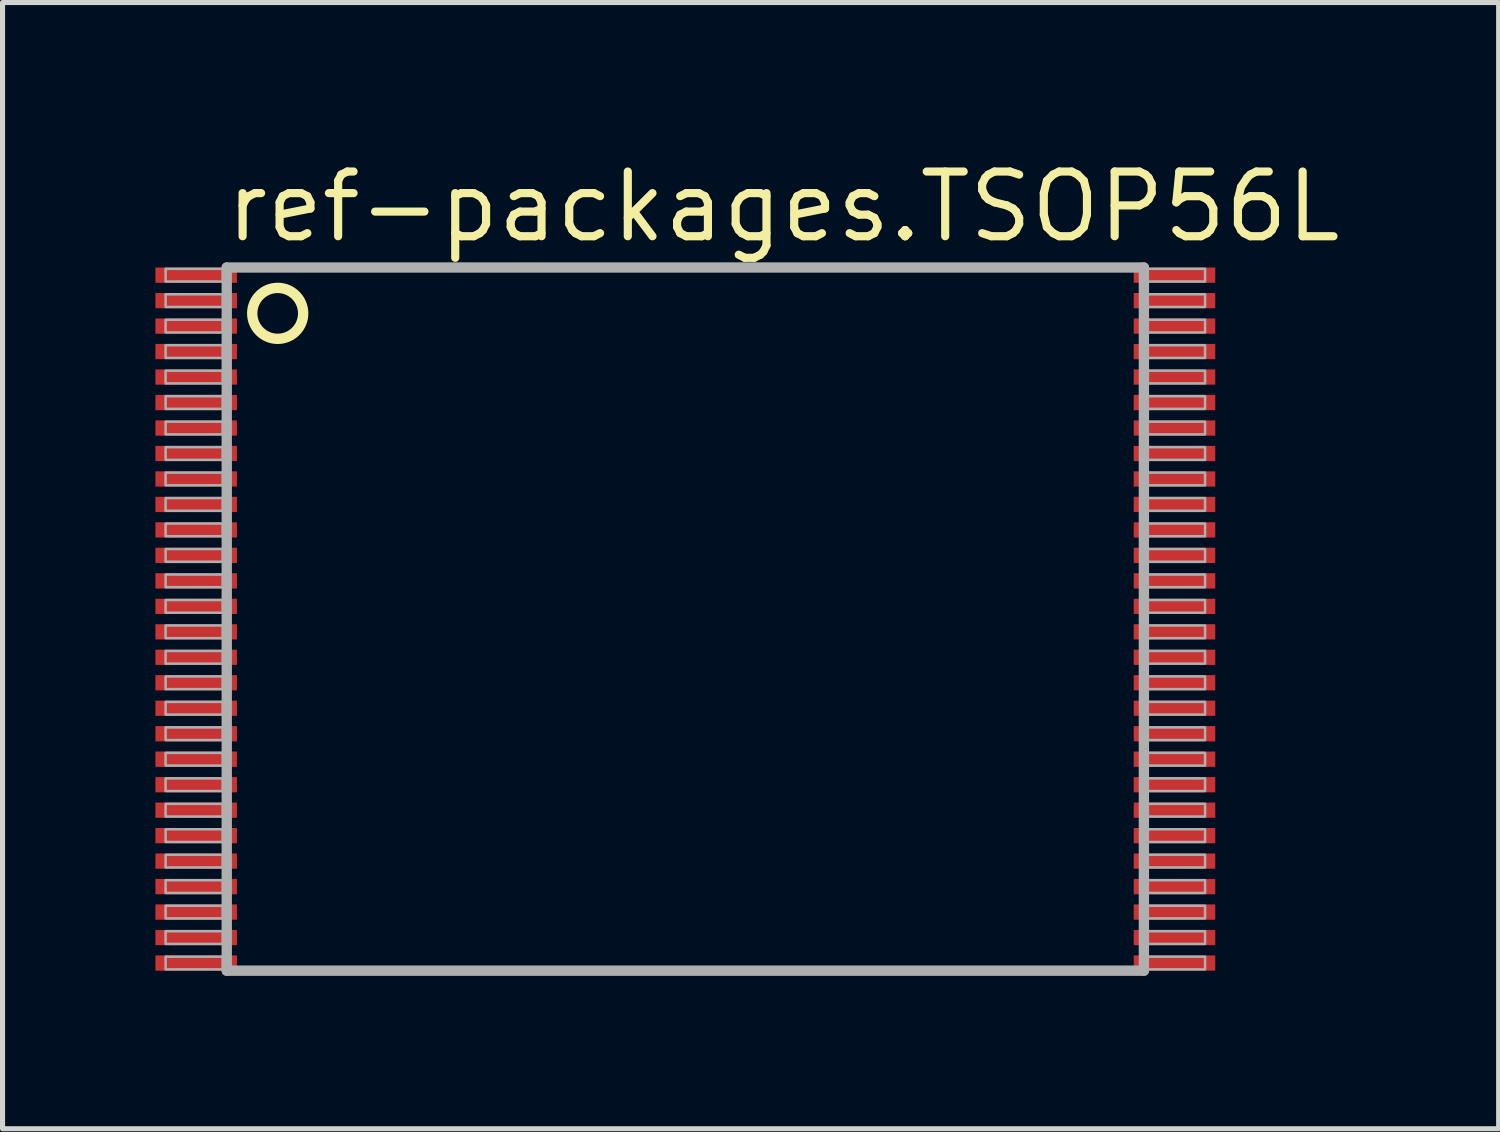
<source format=kicad_pcb>
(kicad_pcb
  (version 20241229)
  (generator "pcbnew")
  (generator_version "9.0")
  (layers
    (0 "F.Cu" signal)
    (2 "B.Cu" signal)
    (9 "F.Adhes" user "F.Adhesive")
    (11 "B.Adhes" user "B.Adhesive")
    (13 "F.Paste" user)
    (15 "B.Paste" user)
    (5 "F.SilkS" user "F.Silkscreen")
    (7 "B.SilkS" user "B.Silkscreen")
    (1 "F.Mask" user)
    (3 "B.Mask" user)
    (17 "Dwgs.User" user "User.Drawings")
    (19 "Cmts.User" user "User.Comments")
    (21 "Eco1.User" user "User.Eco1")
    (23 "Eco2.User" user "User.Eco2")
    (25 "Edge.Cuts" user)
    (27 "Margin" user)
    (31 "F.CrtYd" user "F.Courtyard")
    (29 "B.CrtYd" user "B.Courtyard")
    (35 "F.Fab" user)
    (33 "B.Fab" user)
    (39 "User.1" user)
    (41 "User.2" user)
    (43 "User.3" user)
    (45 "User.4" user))
  (footprint "ref-packages.TSOP56L"
    (layer "F.Cu")
    (at 10.4 9.1)
    (property "Reference" "ref-packages.TSOP56L" (at -9.096 -7.35 0) (layer "F.SilkS") (effects (font (size 1.27 1.27) (thickness 0.16)) (justify left bottom)))
    (attr smd)
    (fp_circle (center -8 -6) (end -7.5 -6) (stroke (width 0.203) (type default)) (fill no) (layer "F.SilkS"))
    (fp_line (start -9 -6.9) (end -9 6.9) (stroke (width 0.203) (type default)) (layer "F.Fab"))
    (fp_line (start -9 6.9) (end 9 6.9) (stroke (width 0.203) (type default)) (layer "F.Fab"))
    (fp_line (start 9 -6.9) (end -9 -6.9) (stroke (width 0.203) (type default)) (layer "F.Fab"))
    (fp_line (start 9 6.9) (end 9 -6.9) (stroke (width 0.203) (type default)) (layer "F.Fab"))
    (fp_rect (start -10.2 -6.625) (end -9.075 -6.875) (stroke (width 0.05) (type default)) (fill no) (layer "F.Fab"))
    (fp_rect (start -10.2 -6.125) (end -9.075 -6.375) (stroke (width 0.05) (type default)) (fill no) (layer "F.Fab"))
    (fp_rect (start -10.2 -5.625) (end -9.075 -5.875) (stroke (width 0.05) (type default)) (fill no) (layer "F.Fab"))
    (fp_rect (start -10.2 -5.125) (end -9.075 -5.375) (stroke (width 0.05) (type default)) (fill no) (layer "F.Fab"))
    (fp_rect (start -10.2 -4.625) (end -9.075 -4.875) (stroke (width 0.05) (type default)) (fill no) (layer "F.Fab"))
    (fp_rect (start -10.2 -4.125) (end -9.075 -4.375) (stroke (width 0.05) (type default)) (fill no) (layer "F.Fab"))
    (fp_rect (start -10.2 -3.625) (end -9.075 -3.875) (stroke (width 0.05) (type default)) (fill no) (layer "F.Fab"))
    (fp_rect (start -10.2 -3.125) (end -9.075 -3.375) (stroke (width 0.05) (type default)) (fill no) (layer "F.Fab"))
    (fp_rect (start -10.2 -2.625) (end -9.075 -2.875) (stroke (width 0.05) (type default)) (fill no) (layer "F.Fab"))
    (fp_rect (start -10.2 -2.125) (end -9.075 -2.375) (stroke (width 0.05) (type default)) (fill no) (layer "F.Fab"))
    (fp_rect (start -10.2 -1.625) (end -9.075 -1.875) (stroke (width 0.05) (type default)) (fill no) (layer "F.Fab"))
    (fp_rect (start -10.2 -1.125) (end -9.075 -1.375) (stroke (width 0.05) (type default)) (fill no) (layer "F.Fab"))
    (fp_rect (start -10.2 -0.625) (end -9.075 -0.875) (stroke (width 0.05) (type default)) (fill no) (layer "F.Fab"))
    (fp_rect (start -10.2 -0.125) (end -9.075 -0.375) (stroke (width 0.05) (type default)) (fill no) (layer "F.Fab"))
    (fp_rect (start -10.2 0.375) (end -9.075 0.125) (stroke (width 0.05) (type default)) (fill no) (layer "F.Fab"))
    (fp_rect (start -10.2 0.875) (end -9.075 0.625) (stroke (width 0.05) (type default)) (fill no) (layer "F.Fab"))
    (fp_rect (start -10.2 1.375) (end -9.075 1.125) (stroke (width 0.05) (type default)) (fill no) (layer "F.Fab"))
    (fp_rect (start -10.2 1.875) (end -9.075 1.625) (stroke (width 0.05) (type default)) (fill no) (layer "F.Fab"))
    (fp_rect (start -10.2 2.375) (end -9.075 2.125) (stroke (width 0.05) (type default)) (fill no) (layer "F.Fab"))
    (fp_rect (start -10.2 2.875) (end -9.075 2.625) (stroke (width 0.05) (type default)) (fill no) (layer "F.Fab"))
    (fp_rect (start -10.2 3.375) (end -9.075 3.125) (stroke (width 0.05) (type default)) (fill no) (layer "F.Fab"))
    (fp_rect (start -10.2 3.875) (end -9.075 3.625) (stroke (width 0.05) (type default)) (fill no) (layer "F.Fab"))
    (fp_rect (start -10.2 4.375) (end -9.075 4.125) (stroke (width 0.05) (type default)) (fill no) (layer "F.Fab"))
    (fp_rect (start -10.2 4.875) (end -9.075 4.625) (stroke (width 0.05) (type default)) (fill no) (layer "F.Fab"))
    (fp_rect (start -10.2 5.375) (end -9.075 5.125) (stroke (width 0.05) (type default)) (fill no) (layer "F.Fab"))
    (fp_rect (start -10.2 5.875) (end -9.075 5.625) (stroke (width 0.05) (type default)) (fill no) (layer "F.Fab"))
    (fp_rect (start -10.2 6.375) (end -9.075 6.125) (stroke (width 0.05) (type default)) (fill no) (layer "F.Fab"))
    (fp_rect (start -10.2 6.875) (end -9.075 6.625) (stroke (width 0.05) (type default)) (fill no) (layer "F.Fab"))
    (fp_rect (start 9.075 -6.625) (end 10.2 -6.875) (stroke (width 0.05) (type default)) (fill no) (layer "F.Fab"))
    (fp_rect (start 9.075 -6.125) (end 10.2 -6.375) (stroke (width 0.05) (type default)) (fill no) (layer "F.Fab"))
    (fp_rect (start 9.075 -5.625) (end 10.2 -5.875) (stroke (width 0.05) (type default)) (fill no) (layer "F.Fab"))
    (fp_rect (start 9.075 -5.125) (end 10.2 -5.375) (stroke (width 0.05) (type default)) (fill no) (layer "F.Fab"))
    (fp_rect (start 9.075 -4.625) (end 10.2 -4.875) (stroke (width 0.05) (type default)) (fill no) (layer "F.Fab"))
    (fp_rect (start 9.075 -4.125) (end 10.2 -4.375) (stroke (width 0.05) (type default)) (fill no) (layer "F.Fab"))
    (fp_rect (start 9.075 -3.625) (end 10.2 -3.875) (stroke (width 0.05) (type default)) (fill no) (layer "F.Fab"))
    (fp_rect (start 9.075 -3.125) (end 10.2 -3.375) (stroke (width 0.05) (type default)) (fill no) (layer "F.Fab"))
    (fp_rect (start 9.075 -2.625) (end 10.2 -2.875) (stroke (width 0.05) (type default)) (fill no) (layer "F.Fab"))
    (fp_rect (start 9.075 -2.125) (end 10.2 -2.375) (stroke (width 0.05) (type default)) (fill no) (layer "F.Fab"))
    (fp_rect (start 9.075 -1.625) (end 10.2 -1.875) (stroke (width 0.05) (type default)) (fill no) (layer "F.Fab"))
    (fp_rect (start 9.075 -1.125) (end 10.2 -1.375) (stroke (width 0.05) (type default)) (fill no) (layer "F.Fab"))
    (fp_rect (start 9.075 -0.625) (end 10.2 -0.875) (stroke (width 0.05) (type default)) (fill no) (layer "F.Fab"))
    (fp_rect (start 9.075 -0.125) (end 10.2 -0.375) (stroke (width 0.05) (type default)) (fill no) (layer "F.Fab"))
    (fp_rect (start 9.075 0.375) (end 10.2 0.125) (stroke (width 0.05) (type default)) (fill no) (layer "F.Fab"))
    (fp_rect (start 9.075 0.875) (end 10.2 0.625) (stroke (width 0.05) (type default)) (fill no) (layer "F.Fab"))
    (fp_rect (start 9.075 1.375) (end 10.2 1.125) (stroke (width 0.05) (type default)) (fill no) (layer "F.Fab"))
    (fp_rect (start 9.075 1.875) (end 10.2 1.625) (stroke (width 0.05) (type default)) (fill no) (layer "F.Fab"))
    (fp_rect (start 9.075 2.375) (end 10.2 2.125) (stroke (width 0.05) (type default)) (fill no) (layer "F.Fab"))
    (fp_rect (start 9.075 2.875) (end 10.2 2.625) (stroke (width 0.05) (type default)) (fill no) (layer "F.Fab"))
    (fp_rect (start 9.075 3.375) (end 10.2 3.125) (stroke (width 0.05) (type default)) (fill no) (layer "F.Fab"))
    (fp_rect (start 9.075 3.875) (end 10.2 3.625) (stroke (width 0.05) (type default)) (fill no) (layer "F.Fab"))
    (fp_rect (start 9.075 4.375) (end 10.2 4.125) (stroke (width 0.05) (type default)) (fill no) (layer "F.Fab"))
    (fp_rect (start 9.075 4.875) (end 10.2 4.625) (stroke (width 0.05) (type default)) (fill no) (layer "F.Fab"))
    (fp_rect (start 9.075 5.375) (end 10.2 5.125) (stroke (width 0.05) (type default)) (fill no) (layer "F.Fab"))
    (fp_rect (start 9.075 5.875) (end 10.2 5.625) (stroke (width 0.05) (type default)) (fill no) (layer "F.Fab"))
    (fp_rect (start 9.075 6.375) (end 10.2 6.125) (stroke (width 0.05) (type default)) (fill no) (layer "F.Fab"))
    (fp_rect (start 9.075 6.875) (end 10.2 6.625) (stroke (width 0.05) (type default)) (fill no) (layer "F.Fab"))
    (pad "1" smd roundrect (at -9.6 -6.75) (size 1.6 0.3) (layers "F.Cu" "F.Mask" "F.Paste") (roundrect_rratio 0.01))
    (pad "2" smd roundrect (at -9.6 -6.25) (size 1.6 0.3) (layers "F.Cu" "F.Mask" "F.Paste") (roundrect_rratio 0.01))
    (pad "3" smd roundrect (at -9.6 -5.75) (size 1.6 0.3) (layers "F.Cu" "F.Mask" "F.Paste") (roundrect_rratio 0.01))
    (pad "4" smd roundrect (at -9.6 -5.25) (size 1.6 0.3) (layers "F.Cu" "F.Mask" "F.Paste") (roundrect_rratio 0.01))
    (pad "5" smd roundrect (at -9.6 -4.75) (size 1.6 0.3) (layers "F.Cu" "F.Mask" "F.Paste") (roundrect_rratio 0.01))
    (pad "6" smd roundrect (at -9.6 -4.25) (size 1.6 0.3) (layers "F.Cu" "F.Mask" "F.Paste") (roundrect_rratio 0.01))
    (pad "7" smd roundrect (at -9.6 -3.75) (size 1.6 0.3) (layers "F.Cu" "F.Mask" "F.Paste") (roundrect_rratio 0.01))
    (pad "8" smd roundrect (at -9.6 -3.25) (size 1.6 0.3) (layers "F.Cu" "F.Mask" "F.Paste") (roundrect_rratio 0.01))
    (pad "9" smd roundrect (at -9.6 -2.75) (size 1.6 0.3) (layers "F.Cu" "F.Mask" "F.Paste") (roundrect_rratio 0.01))
    (pad "10" smd roundrect (at -9.6 -2.25) (size 1.6 0.3) (layers "F.Cu" "F.Mask" "F.Paste") (roundrect_rratio 0.01))
    (pad "11" smd roundrect (at -9.6 -1.75) (size 1.6 0.3) (layers "F.Cu" "F.Mask" "F.Paste") (roundrect_rratio 0.01))
    (pad "12" smd roundrect (at -9.6 -1.25) (size 1.6 0.3) (layers "F.Cu" "F.Mask" "F.Paste") (roundrect_rratio 0.01))
    (pad "13" smd roundrect (at -9.6 -0.75) (size 1.6 0.3) (layers "F.Cu" "F.Mask" "F.Paste") (roundrect_rratio 0.01))
    (pad "14" smd roundrect (at -9.6 -0.25) (size 1.6 0.3) (layers "F.Cu" "F.Mask" "F.Paste") (roundrect_rratio 0.01))
    (pad "15" smd roundrect (at -9.6 0.25) (size 1.6 0.3) (layers "F.Cu" "F.Mask" "F.Paste") (roundrect_rratio 0.01))
    (pad "16" smd roundrect (at -9.6 0.75) (size 1.6 0.3) (layers "F.Cu" "F.Mask" "F.Paste") (roundrect_rratio 0.01))
    (pad "17" smd roundrect (at -9.6 1.25) (size 1.6 0.3) (layers "F.Cu" "F.Mask" "F.Paste") (roundrect_rratio 0.01))
    (pad "18" smd roundrect (at -9.6 1.75) (size 1.6 0.3) (layers "F.Cu" "F.Mask" "F.Paste") (roundrect_rratio 0.01))
    (pad "19" smd roundrect (at -9.6 2.25) (size 1.6 0.3) (layers "F.Cu" "F.Mask" "F.Paste") (roundrect_rratio 0.01))
    (pad "20" smd roundrect (at -9.6 2.75) (size 1.6 0.3) (layers "F.Cu" "F.Mask" "F.Paste") (roundrect_rratio 0.01))
    (pad "21" smd roundrect (at -9.6 3.25) (size 1.6 0.3) (layers "F.Cu" "F.Mask" "F.Paste") (roundrect_rratio 0.01))
    (pad "22" smd roundrect (at -9.6 3.75) (size 1.6 0.3) (layers "F.Cu" "F.Mask" "F.Paste") (roundrect_rratio 0.01))
    (pad "23" smd roundrect (at -9.6 4.25) (size 1.6 0.3) (layers "F.Cu" "F.Mask" "F.Paste") (roundrect_rratio 0.01))
    (pad "24" smd roundrect (at -9.6 4.75) (size 1.6 0.3) (layers "F.Cu" "F.Mask" "F.Paste") (roundrect_rratio 0.01))
    (pad "25" smd roundrect (at -9.6 5.25) (size 1.6 0.3) (layers "F.Cu" "F.Mask" "F.Paste") (roundrect_rratio 0.01))
    (pad "26" smd roundrect (at -9.6 5.75) (size 1.6 0.3) (layers "F.Cu" "F.Mask" "F.Paste") (roundrect_rratio 0.01))
    (pad "27" smd roundrect (at -9.6 6.25) (size 1.6 0.3) (layers "F.Cu" "F.Mask" "F.Paste") (roundrect_rratio 0.01))
    (pad "28" smd roundrect (at -9.6 6.75) (size 1.6 0.3) (layers "F.Cu" "F.Mask" "F.Paste") (roundrect_rratio 0.01))
    (pad "29" smd roundrect (at 9.6 6.75) (size 1.6 0.3) (layers "F.Cu" "F.Mask" "F.Paste") (roundrect_rratio 0.01))
    (pad "30" smd roundrect (at 9.6 6.25) (size 1.6 0.3) (layers "F.Cu" "F.Mask" "F.Paste") (roundrect_rratio 0.01))
    (pad "31" smd roundrect (at 9.6 5.75) (size 1.6 0.3) (layers "F.Cu" "F.Mask" "F.Paste") (roundrect_rratio 0.01))
    (pad "32" smd roundrect (at 9.6 5.25) (size 1.6 0.3) (layers "F.Cu" "F.Mask" "F.Paste") (roundrect_rratio 0.01))
    (pad "33" smd roundrect (at 9.6 4.75) (size 1.6 0.3) (layers "F.Cu" "F.Mask" "F.Paste") (roundrect_rratio 0.01))
    (pad "34" smd roundrect (at 9.6 4.25) (size 1.6 0.3) (layers "F.Cu" "F.Mask" "F.Paste") (roundrect_rratio 0.01))
    (pad "35" smd roundrect (at 9.6 3.75) (size 1.6 0.3) (layers "F.Cu" "F.Mask" "F.Paste") (roundrect_rratio 0.01))
    (pad "36" smd roundrect (at 9.6 3.25) (size 1.6 0.3) (layers "F.Cu" "F.Mask" "F.Paste") (roundrect_rratio 0.01))
    (pad "37" smd roundrect (at 9.6 2.75) (size 1.6 0.3) (layers "F.Cu" "F.Mask" "F.Paste") (roundrect_rratio 0.01))
    (pad "38" smd roundrect (at 9.6 2.25) (size 1.6 0.3) (layers "F.Cu" "F.Mask" "F.Paste") (roundrect_rratio 0.01))
    (pad "39" smd roundrect (at 9.6 1.75) (size 1.6 0.3) (layers "F.Cu" "F.Mask" "F.Paste") (roundrect_rratio 0.01))
    (pad "40" smd roundrect (at 9.6 1.25) (size 1.6 0.3) (layers "F.Cu" "F.Mask" "F.Paste") (roundrect_rratio 0.01))
    (pad "41" smd roundrect (at 9.6 0.75) (size 1.6 0.3) (layers "F.Cu" "F.Mask" "F.Paste") (roundrect_rratio 0.01))
    (pad "42" smd roundrect (at 9.6 0.25) (size 1.6 0.3) (layers "F.Cu" "F.Mask" "F.Paste") (roundrect_rratio 0.01))
    (pad "43" smd roundrect (at 9.6 -0.25) (size 1.6 0.3) (layers "F.Cu" "F.Mask" "F.Paste") (roundrect_rratio 0.01))
    (pad "44" smd roundrect (at 9.6 -0.75) (size 1.6 0.3) (layers "F.Cu" "F.Mask" "F.Paste") (roundrect_rratio 0.01))
    (pad "45" smd roundrect (at 9.6 -1.25) (size 1.6 0.3) (layers "F.Cu" "F.Mask" "F.Paste") (roundrect_rratio 0.01))
    (pad "46" smd roundrect (at 9.6 -1.75) (size 1.6 0.3) (layers "F.Cu" "F.Mask" "F.Paste") (roundrect_rratio 0.01))
    (pad "47" smd roundrect (at 9.6 -2.25) (size 1.6 0.3) (layers "F.Cu" "F.Mask" "F.Paste") (roundrect_rratio 0.01))
    (pad "48" smd roundrect (at 9.6 -2.75) (size 1.6 0.3) (layers "F.Cu" "F.Mask" "F.Paste") (roundrect_rratio 0.01))
    (pad "49" smd roundrect (at 9.6 -3.25) (size 1.6 0.3) (layers "F.Cu" "F.Mask" "F.Paste") (roundrect_rratio 0.01))
    (pad "50" smd roundrect (at 9.6 -3.75) (size 1.6 0.3) (layers "F.Cu" "F.Mask" "F.Paste") (roundrect_rratio 0.01))
    (pad "51" smd roundrect (at 9.6 -4.25) (size 1.6 0.3) (layers "F.Cu" "F.Mask" "F.Paste") (roundrect_rratio 0.01))
    (pad "52" smd roundrect (at 9.6 -4.75) (size 1.6 0.3) (layers "F.Cu" "F.Mask" "F.Paste") (roundrect_rratio 0.01))
    (pad "53" smd roundrect (at 9.6 -5.25) (size 1.6 0.3) (layers "F.Cu" "F.Mask" "F.Paste") (roundrect_rratio 0.01))
    (pad "54" smd roundrect (at 9.6 -5.75) (size 1.6 0.3) (layers "F.Cu" "F.Mask" "F.Paste") (roundrect_rratio 0.01))
    (pad "55" smd roundrect (at 9.6 -6.25) (size 1.6 0.3) (layers "F.Cu" "F.Mask" "F.Paste") (roundrect_rratio 0.01))
    (pad "56" smd roundrect (at 9.6 -6.75) (size 1.6 0.3) (layers "F.Cu" "F.Mask" "F.Paste") (roundrect_rratio 0.01)))
  (gr_rect
    (start -3 -3)
    (end 26.362 19.102)
    (stroke (width 0.1) (type default))
    (fill no)
    (layer "Edge.Cuts")))
</source>
